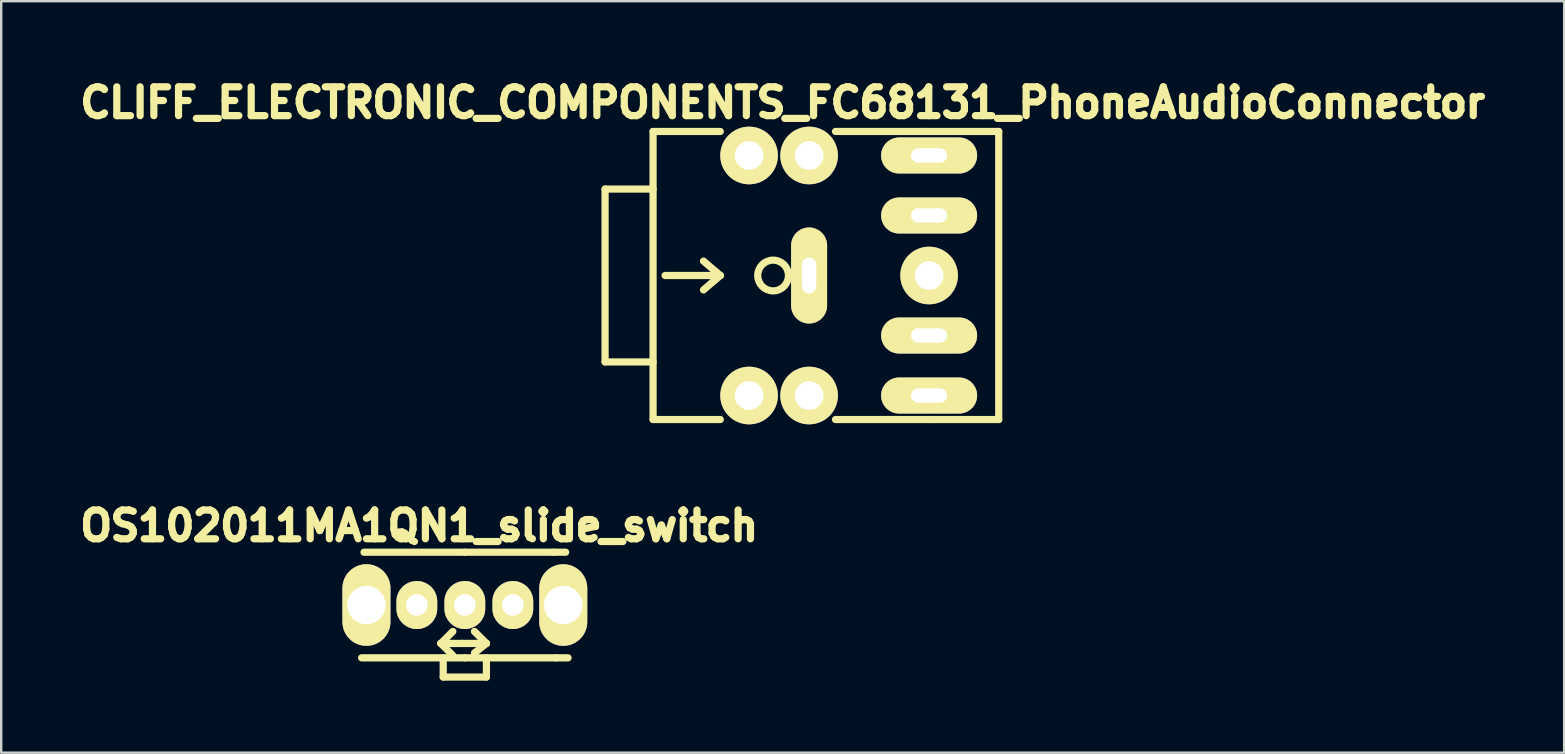
<source format=kicad_pcb>
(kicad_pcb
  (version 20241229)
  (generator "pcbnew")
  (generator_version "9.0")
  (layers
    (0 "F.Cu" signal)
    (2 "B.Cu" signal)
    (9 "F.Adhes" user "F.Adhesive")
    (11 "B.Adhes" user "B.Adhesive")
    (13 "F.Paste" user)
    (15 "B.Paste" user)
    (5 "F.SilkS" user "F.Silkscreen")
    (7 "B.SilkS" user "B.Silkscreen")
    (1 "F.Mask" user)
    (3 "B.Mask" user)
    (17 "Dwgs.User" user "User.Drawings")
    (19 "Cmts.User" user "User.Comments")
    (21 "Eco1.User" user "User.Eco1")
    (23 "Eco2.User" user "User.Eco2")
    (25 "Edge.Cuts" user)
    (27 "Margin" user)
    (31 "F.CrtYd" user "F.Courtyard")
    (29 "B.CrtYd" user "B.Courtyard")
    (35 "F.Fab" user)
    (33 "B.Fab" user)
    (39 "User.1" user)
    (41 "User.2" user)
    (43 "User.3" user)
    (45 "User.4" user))
  (footprint "OS102011MA1QN1_slide_switch"
    (layer "F.Cu")
    (at 16.316 22.157)
    (property "Reference" "OS102011MA1QN1_slide_switch" (at -1.9 -3.3 0) (layer "F.SilkS") (effects (font (size 1.2 1.2) (thickness 0.3))))
    (attr through_hole)
    (fp_line (start -1 1.6) (end -0.5 1.1) (stroke (width 0.3) (type solid)) (layer "F.SilkS"))
    (fp_line (start -1 1.6) (end -0.5 2.1) (stroke (width 0.3) (type solid)) (layer "F.SilkS"))
    (fp_line (start -0.9 2.2) (end -0.9 3) (stroke (width 0.3) (type solid)) (layer "F.SilkS"))
    (fp_line (start -0.9 3) (end 0.9 3) (stroke (width 0.3) (type solid)) (layer "F.SilkS"))
    (fp_line (start -0.1 1.6) (end -1 1.6) (stroke (width 0.3) (type solid)) (layer "F.SilkS"))
    (fp_line (start -0.1 1.6) (end 0.9 1.6) (stroke (width 0.3) (type solid)) (layer "F.SilkS"))
    (fp_line (start 0 -2.2) (end -4.2 -2.2) (stroke (width 0.3) (type solid)) (layer "F.SilkS"))
    (fp_line (start 0 -2.2) (end 3.7 -2.2) (stroke (width 0.3) (type solid)) (layer "F.SilkS"))
    (fp_line (start 0 2.2) (end -4.3 2.2) (stroke (width 0.3) (type solid)) (layer "F.SilkS"))
    (fp_line (start 0 2.2) (end 3.8 2.2) (stroke (width 0.3) (type solid)) (layer "F.SilkS"))
    (fp_line (start 0.9 1.6) (end 0.4 1.1) (stroke (width 0.3) (type solid)) (layer "F.SilkS"))
    (fp_line (start 0.9 1.6) (end 0.4 2) (stroke (width 0.3) (type solid)) (layer "F.SilkS"))
    (fp_line (start 0.9 2.2) (end 0.9 3) (stroke (width 0.3) (type solid)) (layer "F.SilkS"))
    (fp_line (start 3.7 -2.2) (end 4.2 -2.2) (stroke (width 0.3) (type solid)) (layer "F.SilkS"))
    (fp_line (start 3.8 2.2) (end 4.3 2.2) (stroke (width 0.3) (type solid)) (layer "F.SilkS"))
    (pad "1" thru_hole oval (at 0 0) (size 1.7 2) (drill 0.9) (layers "*.Cu" "*.Mask" "F.SilkS"))
    (pad "2" thru_hole oval (at 2 0) (size 1.7 2) (drill 0.9) (layers "*.Cu" "*.Mask" "F.SilkS"))
    (pad "3" thru_hole oval (at -4.1 0) (size 2 3.4) (drill 1.6) (layers "*.Cu" "*.Mask" "F.SilkS"))
    (pad "3" thru_hole oval (at -2 0) (size 1.7 2) (drill 0.9) (layers "*.Cu" "*.Mask" "F.SilkS"))
    (pad "3" thru_hole oval (at 4.1 0) (size 2 3.4) (drill 1.6) (layers "*.Cu" "*.Mask" "F.SilkS")))
  (footprint "CLIFF_ELECTRONIC_COMPONENTS_FC68131_PhoneAudioConnector"
    (layer "F.Cu")
    (at 35.659 8.428)
    (property "Reference" "CLIFF_ELECTRONIC_COMPONENTS_FC68131_PhoneAudioConnector" (at -6.1 -7.2 0) (layer "F.SilkS") (effects (font (size 1.2 1.2) (thickness 0.3))))
    (attr through_hole)
    (fp_line (start -13.5 -3.6) (end -13.5 3.6) (stroke (width 0.3) (type solid)) (layer "F.SilkS"))
    (fp_line (start -13.5 -3.6) (end -11.5 -3.6) (stroke (width 0.3) (type solid)) (layer "F.SilkS"))
    (fp_line (start -13.5 3.6) (end -11.5 3.6) (stroke (width 0.3) (type solid)) (layer "F.SilkS"))
    (fp_line (start -11.5 -6) (end -11.5 6) (stroke (width 0.3) (type solid)) (layer "F.SilkS"))
    (fp_line (start -11.5 -6) (end -8.7 -6) (stroke (width 0.3) (type solid)) (layer "F.SilkS"))
    (fp_line (start -11.5 6) (end -8.7 6) (stroke (width 0.3) (type solid)) (layer "F.SilkS"))
    (fp_line (start -11 0) (end -8.7 0) (stroke (width 0.3) (type solid)) (layer "F.SilkS"))
    (fp_line (start -8.7 0) (end -9.4 -0.6) (stroke (width 0.3) (type solid)) (layer "F.SilkS"))
    (fp_line (start -8.7 0) (end -9.4 0.6) (stroke (width 0.3) (type solid)) (layer "F.SilkS"))
    (fp_line (start -0.3 -6) (end -3.9 -6) (stroke (width 0.3) (type solid)) (layer "F.SilkS"))
    (fp_line (start -0.3 -6) (end 2.9 -6) (stroke (width 0.3) (type solid)) (layer "F.SilkS"))
    (fp_line (start 0 6) (end -3.9 6) (stroke (width 0.3) (type solid)) (layer "F.SilkS"))
    (fp_line (start 0 6) (end 2.9 6) (stroke (width 0.3) (type solid)) (layer "F.SilkS"))
    (fp_line (start 2.9 6) (end 2.9 -6) (stroke (width 0.3) (type solid)) (layer "F.SilkS"))
    (fp_circle (center -6.5 0) (end -6 0.4) (stroke (width 0.3) (type solid)) (fill no) (layer "F.SilkS"))
    (pad "" thru_hole circle (at -7.5 -5) (size 2.4 2.4) (drill 1.2) (layers "*.Cu" "*.Mask" "F.SilkS"))
    (pad "" thru_hole circle (at -7.5 5) (size 2.4 2.4) (drill 1.2) (layers "*.Cu" "*.Mask" "F.SilkS"))
    (pad "" thru_hole circle (at -5 -5) (size 2.4 2.4) (drill 1.2) (layers "*.Cu" "*.Mask" "F.SilkS"))
    (pad "" thru_hole circle (at -5 5) (size 2.4 2.4) (drill 1.2) (layers "*.Cu" "*.Mask" "F.SilkS"))
    (pad "" thru_hole oval (at 0 -2.5) (size 4 1.5) (drill oval 1.5 0.6) (layers "*.Cu" "*.Mask" "F.SilkS"))
    (pad "" thru_hole circle (at 0 0) (size 2.4 2.4) (drill 1.2) (layers "*.Cu" "*.Mask" "F.SilkS"))
    (pad "" thru_hole oval (at 0 2.5) (size 4 1.5) (drill oval 1.5 0.6) (layers "*.Cu" "*.Mask" "F.SilkS"))
    (pad "1" thru_hole oval (at -5 0) (size 1.5 4) (drill oval 0.6 1.5) (layers "*.Cu" "*.Mask" "F.SilkS"))
    (pad "2" thru_hole oval (at 0 5) (size 4 1.5) (drill oval 1.5 0.6) (layers "*.Cu" "*.Mask" "F.SilkS"))
    (pad "3" thru_hole oval (at 0 -5) (size 4 1.5) (drill oval 1.5 0.6) (layers "*.Cu" "*.Mask" "F.SilkS")))
  (gr_rect
    (start -3 -3)
    (end 62.117 28.307)
    (stroke (width 0.1) (type default))
    (fill no)
    (layer "Edge.Cuts")))
</source>
